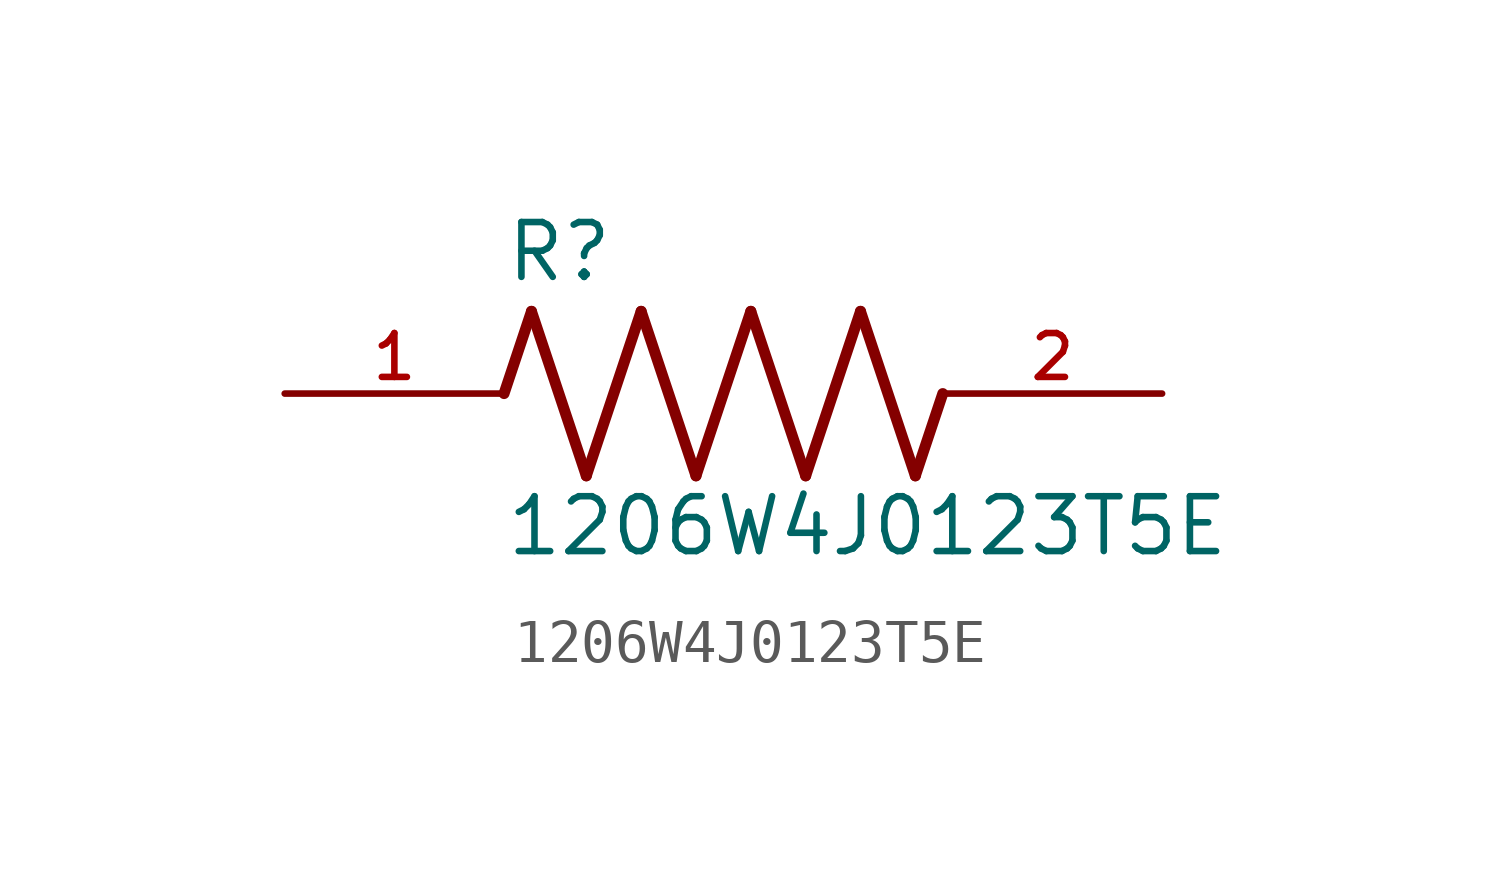
<source format=kicad_sym>
(kicad_symbol_lib
  (version 20211014)
  (generator kicad_symbol_editor)
  (symbol "1206W4J0123T5E"
    (pin_names
      (offset 1.016))
    (property "Reference" "R"
      (at -5.08 2.54 0)
      (effects (font (size 1.27 1.27)) (justify bottom left)))
    (property "Value" "1206W4J0123T5E"
      (at -5.08 -3.81 0)
      (effects (font (size 1.27 1.27)) (justify bottom left)))
    (symbol "1206W4J0123T5E_0_0"
      (polyline (pts (xy -5.08 0.0) (xy -4.445 1.905)) (stroke (width 0.254)))
      (polyline (pts (xy -4.445 1.905) (xy -3.175 -1.905)) (stroke (width 0.254)))
      (polyline (pts (xy -3.175 -1.905) (xy -1.905 1.905)) (stroke (width 0.254)))
      (polyline (pts (xy -1.905 1.905) (xy -0.635 -1.905)) (stroke (width 0.254)))
      (polyline (pts (xy -0.635 -1.905) (xy 0.635 1.905)) (stroke (width 0.254)))
      (polyline (pts (xy 0.635 1.905) (xy 1.905 -1.905)) (stroke (width 0.254)))
      (polyline (pts (xy 1.905 -1.905) (xy 3.175 1.905)) (stroke (width 0.254)))
      (polyline (pts (xy 3.175 1.905) (xy 4.445 -1.905)) (stroke (width 0.254)))
      (polyline (pts (xy 4.445 -1.905) (xy 5.08 0.0)) (stroke (width 0.254)))
      (pin passive line (at -10.16 0.0 0) (length 5.08) (name "~" (effects (font (size 1.016 1.016)))) (number "1" (effects (font (size 1.016 1.016)))))
      (pin passive line (at 10.16 0.0 180.0) (length 5.08) (name "~" (effects (font (size 1.016 1.016)))) (number "2" (effects (font (size 1.016 1.016))))))))
</source>
